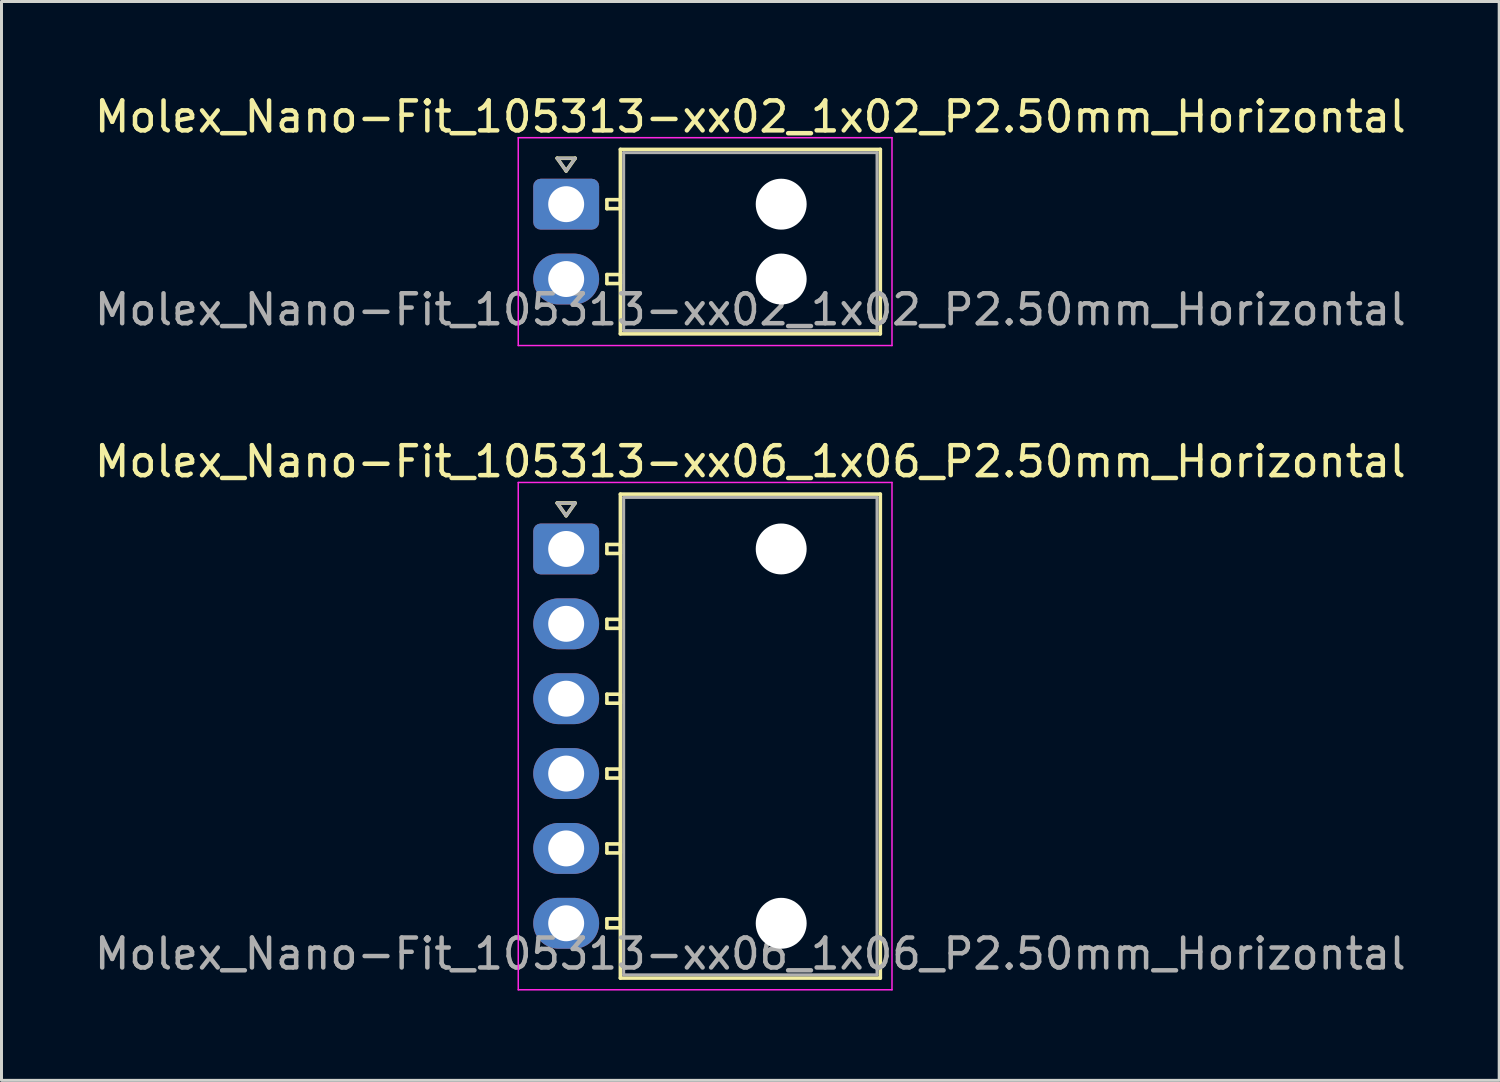
<source format=kicad_pcb>
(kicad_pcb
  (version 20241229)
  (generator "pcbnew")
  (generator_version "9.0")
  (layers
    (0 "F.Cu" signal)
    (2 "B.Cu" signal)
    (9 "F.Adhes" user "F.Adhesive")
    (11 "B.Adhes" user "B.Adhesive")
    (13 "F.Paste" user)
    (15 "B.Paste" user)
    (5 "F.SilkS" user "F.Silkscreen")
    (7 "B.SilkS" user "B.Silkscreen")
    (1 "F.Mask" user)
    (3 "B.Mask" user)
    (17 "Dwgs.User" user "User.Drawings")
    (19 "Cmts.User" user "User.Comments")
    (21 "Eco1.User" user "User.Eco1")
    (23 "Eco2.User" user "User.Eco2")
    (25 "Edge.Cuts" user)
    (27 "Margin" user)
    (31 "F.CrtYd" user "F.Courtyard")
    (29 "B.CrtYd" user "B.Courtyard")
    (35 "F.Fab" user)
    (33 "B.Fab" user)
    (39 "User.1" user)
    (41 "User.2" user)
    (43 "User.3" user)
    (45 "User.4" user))
  (footprint "Molex_Nano-Fit_105313-xx06_1x06_P2.50mm_Horizontal"
    (layer "F.Cu")
    (at 15.856 15.281)
    (property "Reference" "Molex_Nano-Fit_105313-xx06_1x06_P2.50mm_Horizontal" (at 6.15 -2.92 0) (layer "F.SilkS") (effects (font (size 1 1) (thickness 0.15))))
    (attr through_hole)
    (fp_line (start -0.3 -1.534) (end 0 -1.11) (stroke (width 0.12) (type solid)) (layer "F.SilkS"))
    (fp_line (start 0 -1.11) (end 0.3 -1.534) (stroke (width 0.12) (type solid)) (layer "F.SilkS"))
    (fp_line (start 0.3 -1.534) (end -0.3 -1.534) (stroke (width 0.12) (type solid)) (layer "F.SilkS"))
    (fp_line (start 1.36 -0.15) (end 1.36 0.15) (stroke (width 0.12) (type solid)) (layer "F.SilkS"))
    (fp_line (start 1.36 0.15) (end 1.81 0.15) (stroke (width 0.12) (type solid)) (layer "F.SilkS"))
    (fp_line (start 1.36 2.35) (end 1.36 2.65) (stroke (width 0.12) (type solid)) (layer "F.SilkS"))
    (fp_line (start 1.36 2.65) (end 1.81 2.65) (stroke (width 0.12) (type solid)) (layer "F.SilkS"))
    (fp_line (start 1.36 4.85) (end 1.36 5.15) (stroke (width 0.12) (type solid)) (layer "F.SilkS"))
    (fp_line (start 1.36 5.15) (end 1.81 5.15) (stroke (width 0.12) (type solid)) (layer "F.SilkS"))
    (fp_line (start 1.36 7.35) (end 1.36 7.65) (stroke (width 0.12) (type solid)) (layer "F.SilkS"))
    (fp_line (start 1.36 7.65) (end 1.81 7.65) (stroke (width 0.12) (type solid)) (layer "F.SilkS"))
    (fp_line (start 1.36 9.85) (end 1.36 10.15) (stroke (width 0.12) (type solid)) (layer "F.SilkS"))
    (fp_line (start 1.36 10.15) (end 1.81 10.15) (stroke (width 0.12) (type solid)) (layer "F.SilkS"))
    (fp_line (start 1.36 12.35) (end 1.36 12.65) (stroke (width 0.12) (type solid)) (layer "F.SilkS"))
    (fp_line (start 1.36 12.65) (end 1.81 12.65) (stroke (width 0.12) (type solid)) (layer "F.SilkS"))
    (fp_line (start 1.81 -1.83) (end 1.81 14.33) (stroke (width 0.12) (type solid)) (layer "F.SilkS"))
    (fp_line (start 1.81 -0.15) (end 1.36 -0.15) (stroke (width 0.12) (type solid)) (layer "F.SilkS"))
    (fp_line (start 1.81 0.15) (end 1.81 -0.15) (stroke (width 0.12) (type solid)) (layer "F.SilkS"))
    (fp_line (start 1.81 2.35) (end 1.36 2.35) (stroke (width 0.12) (type solid)) (layer "F.SilkS"))
    (fp_line (start 1.81 2.65) (end 1.81 2.35) (stroke (width 0.12) (type solid)) (layer "F.SilkS"))
    (fp_line (start 1.81 4.85) (end 1.36 4.85) (stroke (width 0.12) (type solid)) (layer "F.SilkS"))
    (fp_line (start 1.81 5.15) (end 1.81 4.85) (stroke (width 0.12) (type solid)) (layer "F.SilkS"))
    (fp_line (start 1.81 7.35) (end 1.36 7.35) (stroke (width 0.12) (type solid)) (layer "F.SilkS"))
    (fp_line (start 1.81 7.65) (end 1.81 7.35) (stroke (width 0.12) (type solid)) (layer "F.SilkS"))
    (fp_line (start 1.81 9.85) (end 1.36 9.85) (stroke (width 0.12) (type solid)) (layer "F.SilkS"))
    (fp_line (start 1.81 10.15) (end 1.81 9.85) (stroke (width 0.12) (type solid)) (layer "F.SilkS"))
    (fp_line (start 1.81 12.35) (end 1.36 12.35) (stroke (width 0.12) (type solid)) (layer "F.SilkS"))
    (fp_line (start 1.81 12.65) (end 1.81 12.35) (stroke (width 0.12) (type solid)) (layer "F.SilkS"))
    (fp_line (start 1.81 14.33) (end 10.49 14.33) (stroke (width 0.12) (type solid)) (layer "F.SilkS"))
    (fp_line (start 10.49 -1.83) (end 1.81 -1.83) (stroke (width 0.12) (type solid)) (layer "F.SilkS"))
    (fp_line (start 10.49 14.33) (end 10.49 -1.83) (stroke (width 0.12) (type solid)) (layer "F.SilkS"))
    (fp_line (start -1.6 -2.22) (end -1.6 14.72) (stroke (width 0.05) (type solid)) (layer "F.CrtYd"))
    (fp_line (start -1.6 14.72) (end 10.88 14.72) (stroke (width 0.05) (type solid)) (layer "F.CrtYd"))
    (fp_line (start 10.88 -2.22) (end -1.6 -2.22) (stroke (width 0.05) (type solid)) (layer "F.CrtYd"))
    (fp_line (start 10.88 14.72) (end 10.88 -2.22) (stroke (width 0.05) (type solid)) (layer "F.CrtYd"))
    (fp_line (start -0.3 -1.534) (end 0 -1.11) (stroke (width 0.1) (type solid)) (layer "F.Fab"))
    (fp_line (start 0 -1.11) (end 0.3 -1.534) (stroke (width 0.1) (type solid)) (layer "F.Fab"))
    (fp_line (start 0.3 -1.534) (end -0.3 -1.534) (stroke (width 0.1) (type solid)) (layer "F.Fab"))
    (fp_line (start 1.92 -1.72) (end 1.92 14.22) (stroke (width 0.1) (type solid)) (layer "F.Fab"))
    (fp_line (start 1.92 14.22) (end 10.38 14.22) (stroke (width 0.1) (type solid)) (layer "F.Fab"))
    (fp_line (start 10.38 -1.72) (end 1.92 -1.72) (stroke (width 0.1) (type solid)) (layer "F.Fab"))
    (fp_line (start 10.38 14.22) (end 10.38 -1.72) (stroke (width 0.1) (type solid)) (layer "F.Fab"))
    (fp_text user "${REFERENCE}" (at 6.15 13.52 0) (layer "F.Fab") (effects (font (size 1 1) (thickness 0.15))))
    (pad "" np_thru_hole circle (at 7.18 0) (size 1.7 1.7) (drill 1.7) (layers "*.Cu" "*.Mask"))
    (pad "" np_thru_hole circle (at 7.18 12.5) (size 1.7 1.7) (drill 1.7) (layers "*.Cu" "*.Mask"))
    (pad "1" thru_hole roundrect (at 0 0) (size 2.2 1.7) (drill 1.2) (layers "*.Cu" "*.Mask") (roundrect_rratio 0.147))
    (pad "2" thru_hole oval (at 0 2.5) (size 2.2 1.7) (drill 1.2) (layers "*.Cu" "*.Mask"))
    (pad "3" thru_hole oval (at 0 5) (size 2.2 1.7) (drill 1.2) (layers "*.Cu" "*.Mask"))
    (pad "4" thru_hole oval (at 0 7.5) (size 2.2 1.7) (drill 1.2) (layers "*.Cu" "*.Mask"))
    (pad "5" thru_hole oval (at 0 10) (size 2.2 1.7) (drill 1.2) (layers "*.Cu" "*.Mask"))
    (pad "6" thru_hole oval (at 0 12.5) (size 2.2 1.7) (drill 1.2) (layers "*.Cu" "*.Mask")))
  (footprint "Molex_Nano-Fit_105313-xx02_1x02_P2.50mm_Horizontal"
    (layer "F.Cu")
    (at 15.856 3.768)
    (property "Reference" "Molex_Nano-Fit_105313-xx02_1x02_P2.50mm_Horizontal" (at 6.15 -2.92 0) (layer "F.SilkS") (effects (font (size 1 1) (thickness 0.15))))
    (attr through_hole)
    (fp_line (start -0.3 -1.534) (end 0 -1.11) (stroke (width 0.12) (type solid)) (layer "F.SilkS"))
    (fp_line (start 0 -1.11) (end 0.3 -1.534) (stroke (width 0.12) (type solid)) (layer "F.SilkS"))
    (fp_line (start 0.3 -1.534) (end -0.3 -1.534) (stroke (width 0.12) (type solid)) (layer "F.SilkS"))
    (fp_line (start 1.36 -0.15) (end 1.36 0.15) (stroke (width 0.12) (type solid)) (layer "F.SilkS"))
    (fp_line (start 1.36 0.15) (end 1.81 0.15) (stroke (width 0.12) (type solid)) (layer "F.SilkS"))
    (fp_line (start 1.36 2.35) (end 1.36 2.65) (stroke (width 0.12) (type solid)) (layer "F.SilkS"))
    (fp_line (start 1.36 2.65) (end 1.81 2.65) (stroke (width 0.12) (type solid)) (layer "F.SilkS"))
    (fp_line (start 1.81 -1.83) (end 1.81 4.33) (stroke (width 0.12) (type solid)) (layer "F.SilkS"))
    (fp_line (start 1.81 -0.15) (end 1.36 -0.15) (stroke (width 0.12) (type solid)) (layer "F.SilkS"))
    (fp_line (start 1.81 0.15) (end 1.81 -0.15) (stroke (width 0.12) (type solid)) (layer "F.SilkS"))
    (fp_line (start 1.81 2.35) (end 1.36 2.35) (stroke (width 0.12) (type solid)) (layer "F.SilkS"))
    (fp_line (start 1.81 2.65) (end 1.81 2.35) (stroke (width 0.12) (type solid)) (layer "F.SilkS"))
    (fp_line (start 1.81 4.33) (end 10.49 4.33) (stroke (width 0.12) (type solid)) (layer "F.SilkS"))
    (fp_line (start 10.49 -1.83) (end 1.81 -1.83) (stroke (width 0.12) (type solid)) (layer "F.SilkS"))
    (fp_line (start 10.49 4.33) (end 10.49 -1.83) (stroke (width 0.12) (type solid)) (layer "F.SilkS"))
    (fp_line (start -1.6 -2.22) (end -1.6 4.72) (stroke (width 0.05) (type solid)) (layer "F.CrtYd"))
    (fp_line (start -1.6 4.72) (end 10.88 4.72) (stroke (width 0.05) (type solid)) (layer "F.CrtYd"))
    (fp_line (start 10.88 -2.22) (end -1.6 -2.22) (stroke (width 0.05) (type solid)) (layer "F.CrtYd"))
    (fp_line (start 10.88 4.72) (end 10.88 -2.22) (stroke (width 0.05) (type solid)) (layer "F.CrtYd"))
    (fp_line (start -0.3 -1.534) (end 0 -1.11) (stroke (width 0.1) (type solid)) (layer "F.Fab"))
    (fp_line (start 0 -1.11) (end 0.3 -1.534) (stroke (width 0.1) (type solid)) (layer "F.Fab"))
    (fp_line (start 0.3 -1.534) (end -0.3 -1.534) (stroke (width 0.1) (type solid)) (layer "F.Fab"))
    (fp_line (start 1.92 -1.72) (end 1.92 4.22) (stroke (width 0.1) (type solid)) (layer "F.Fab"))
    (fp_line (start 1.92 4.22) (end 10.38 4.22) (stroke (width 0.1) (type solid)) (layer "F.Fab"))
    (fp_line (start 10.38 -1.72) (end 1.92 -1.72) (stroke (width 0.1) (type solid)) (layer "F.Fab"))
    (fp_line (start 10.38 4.22) (end 10.38 -1.72) (stroke (width 0.1) (type solid)) (layer "F.Fab"))
    (fp_text user "${REFERENCE}" (at 6.15 3.52 0) (layer "F.Fab") (effects (font (size 1 1) (thickness 0.15))))
    (pad "" np_thru_hole circle (at 7.18 0) (size 1.7 1.7) (drill 1.7) (layers "*.Cu" "*.Mask"))
    (pad "" np_thru_hole circle (at 7.18 2.5) (size 1.7 1.7) (drill 1.7) (layers "*.Cu" "*.Mask"))
    (pad "1" thru_hole roundrect (at 0 0) (size 2.2 1.7) (drill 1.2) (layers "*.Cu" "*.Mask") (roundrect_rratio 0.147))
    (pad "2" thru_hole oval (at 0 2.5) (size 2.2 1.7) (drill 1.2) (layers "*.Cu" "*.Mask")))
  (gr_rect
    (start -3 -3)
    (end 47.012 33.026)
    (stroke (width 0.1) (type default))
    (fill no)
    (layer "Edge.Cuts")))
</source>
